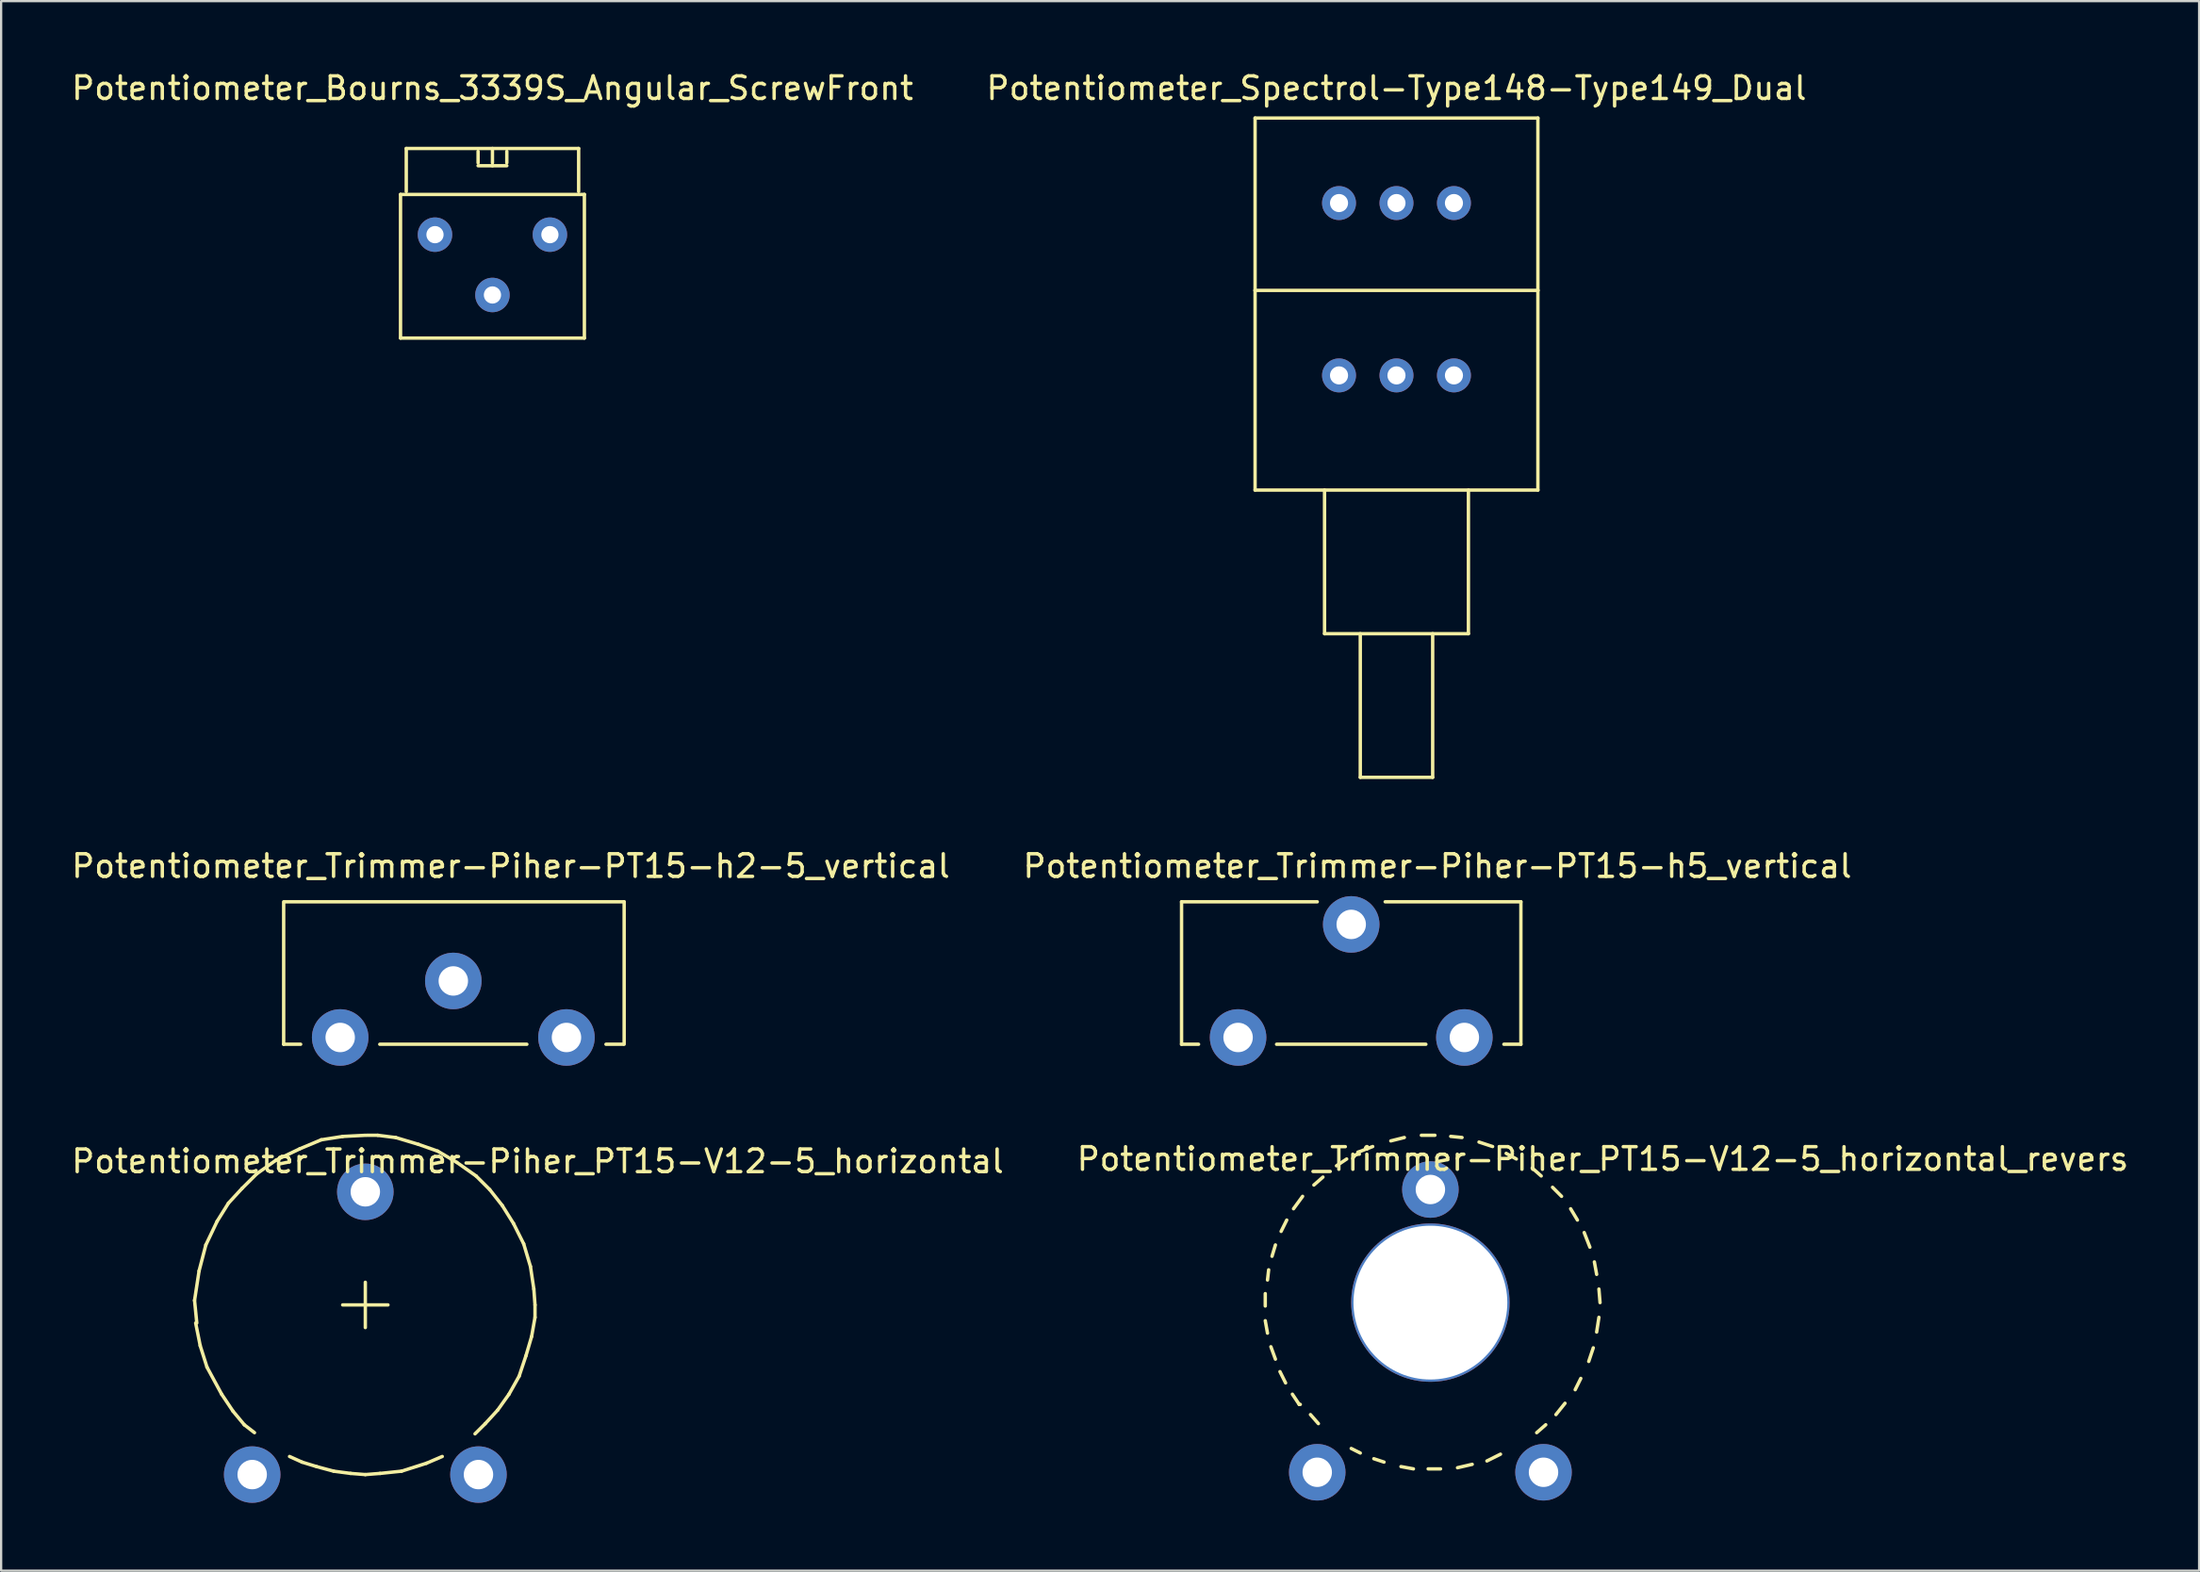
<source format=kicad_pcb>
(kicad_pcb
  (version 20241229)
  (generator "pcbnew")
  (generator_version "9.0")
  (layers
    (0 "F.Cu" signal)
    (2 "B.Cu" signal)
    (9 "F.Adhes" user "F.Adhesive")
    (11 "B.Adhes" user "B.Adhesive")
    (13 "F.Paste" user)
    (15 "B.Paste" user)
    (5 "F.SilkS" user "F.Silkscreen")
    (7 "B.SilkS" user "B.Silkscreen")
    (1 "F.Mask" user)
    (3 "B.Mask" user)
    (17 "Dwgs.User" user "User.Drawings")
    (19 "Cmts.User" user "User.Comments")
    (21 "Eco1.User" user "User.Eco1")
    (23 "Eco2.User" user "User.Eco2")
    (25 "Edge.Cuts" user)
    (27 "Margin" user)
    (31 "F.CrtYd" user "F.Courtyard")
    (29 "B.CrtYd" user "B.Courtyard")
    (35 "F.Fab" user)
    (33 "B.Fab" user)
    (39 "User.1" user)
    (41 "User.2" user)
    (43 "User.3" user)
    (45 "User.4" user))
  (footprint "Potentiometer_Bourns_3339S_Angular_ScrewFront"
    (layer "F.Cu")
    (at 21.26 7.325)
    (property "Reference" "Potentiometer_Bourns_3339S_Angular_ScrewFront" (at -2.54 -6.477 0) (layer "F.SilkS") (effects (font (size 1 1) (thickness 0.15))))
    (attr through_hole)
    (fp_line (start -6.604 -1.778) (end -6.604 4.572) (stroke (width 0.15) (type solid)) (layer "F.SilkS"))
    (fp_line (start -6.604 -1.778) (end 1.524 -1.778) (stroke (width 0.15) (type solid)) (layer "F.SilkS"))
    (fp_line (start -6.604 4.572) (end 1.524 4.572) (stroke (width 0.15) (type solid)) (layer "F.SilkS"))
    (fp_line (start -6.35 -3.81) (end -6.35 -1.905) (stroke (width 0.15) (type solid)) (layer "F.SilkS"))
    (fp_line (start -6.35 -3.81) (end 1.27 -3.81) (stroke (width 0.15) (type solid)) (layer "F.SilkS"))
    (fp_line (start -3.175 -3.175) (end -3.175 -3.683) (stroke (width 0.15) (type solid)) (layer "F.SilkS"))
    (fp_line (start -2.54 -3.81) (end -2.54 -3.175) (stroke (width 0.15) (type solid)) (layer "F.SilkS"))
    (fp_line (start -2.54 -3.048) (end -3.175 -3.048) (stroke (width 0.15) (type solid)) (layer "F.SilkS"))
    (fp_line (start -2.54 -3.048) (end -1.905 -3.048) (stroke (width 0.15) (type solid)) (layer "F.SilkS"))
    (fp_line (start -1.905 -3.175) (end -1.905 -3.683) (stroke (width 0.15) (type solid)) (layer "F.SilkS"))
    (fp_line (start 1.27 -3.81) (end 1.27 -1.905) (stroke (width 0.15) (type solid)) (layer "F.SilkS"))
    (fp_line (start 1.524 -1.778) (end 1.524 4.572) (stroke (width 0.15) (type solid)) (layer "F.SilkS"))
    (pad "1" thru_hole circle (at 0 0) (size 1.524 1.524) (drill 0.762) (layers "*.Cu" "*.Mask"))
    (pad "2" thru_hole circle (at -2.54 2.667) (size 1.524 1.524) (drill 0.762) (layers "*.Cu" "*.Mask"))
    (pad "3" thru_hole circle (at -5.08 0) (size 1.524 1.524) (drill 0.762) (layers "*.Cu" "*.Mask")))
  (footprint "Potentiometer_Spectrol-Type148-Type149_Dual"
    (layer "F.Cu")
    (at 56.145 13.548)
    (property "Reference" "Potentiometer_Spectrol-Type148-Type149_Dual" (at 2.54 -12.7 0) (layer "F.SilkS") (effects (font (size 1 1) (thickness 0.15))))
    (attr through_hole)
    (fp_line (start -3.711 -11.379) (end -3.711 -3.759) (stroke (width 0.15) (type solid)) (layer "F.SilkS"))
    (fp_line (start -3.711 -3.759) (end 8.791 -3.759) (stroke (width 0.15) (type solid)) (layer "F.SilkS"))
    (fp_line (start -3.711 5.07) (end -3.711 -3.759) (stroke (width 0.15) (type solid)) (layer "F.SilkS"))
    (fp_line (start -0.64 11.42) (end -0.64 5.07) (stroke (width 0.15) (type solid)) (layer "F.SilkS"))
    (fp_line (start -0.64 11.42) (end 5.72 11.42) (stroke (width 0.15) (type solid)) (layer "F.SilkS"))
    (fp_line (start 0.94 17.77) (end 0.94 11.42) (stroke (width 0.15) (type solid)) (layer "F.SilkS"))
    (fp_line (start 4.14 11.42) (end 4.14 17.77) (stroke (width 0.15) (type solid)) (layer "F.SilkS"))
    (fp_line (start 4.14 17.77) (end 0.94 17.77) (stroke (width 0.15) (type solid)) (layer "F.SilkS"))
    (fp_line (start 5.72 5.07) (end 5.72 11.42) (stroke (width 0.15) (type solid)) (layer "F.SilkS"))
    (fp_line (start 8.791 -11.379) (end -3.711 -11.379) (stroke (width 0.15) (type solid)) (layer "F.SilkS"))
    (fp_line (start 8.791 -3.759) (end 8.791 -11.379) (stroke (width 0.15) (type solid)) (layer "F.SilkS"))
    (fp_line (start 8.791 -3.759) (end 8.791 5.07) (stroke (width 0.15) (type solid)) (layer "F.SilkS"))
    (fp_line (start 8.791 5.07) (end -3.711 5.07) (stroke (width 0.15) (type solid)) (layer "F.SilkS"))
    (pad "11" thru_hole circle (at 0 0) (size 1.501 1.501) (drill 0.8) (layers "*.Cu" "*.Mask"))
    (pad "12" thru_hole circle (at 2.54 0) (size 1.501 1.501) (drill 0.8) (layers "*.Cu" "*.Mask"))
    (pad "13" thru_hole circle (at 5.08 0) (size 1.501 1.501) (drill 0.8) (layers "*.Cu" "*.Mask"))
    (pad "21" thru_hole circle (at 0 -7.62) (size 1.501 1.501) (drill 0.8) (layers "*.Cu" "*.Mask"))
    (pad "22" thru_hole circle (at 2.54 -7.62) (size 1.501 1.501) (drill 0.8) (layers "*.Cu" "*.Mask"))
    (pad "23" thru_hole circle (at 5.08 -7.62) (size 1.501 1.501) (drill 0.8) (layers "*.Cu" "*.Mask")))
  (footprint "Potentiometer_Trimmer-Piher-PT15-h2-5_vertical"
    (layer "F.Cu")
    (at 11.989 42.821)
    (property "Reference" "Potentiometer_Trimmer-Piher-PT15-h2-5_vertical" (at 7.541 -7.579 0) (layer "F.SilkS") (effects (font (size 1 1) (thickness 0.15))))
    (attr through_hole)
    (fp_line (start -2.499 -5.999) (end -2.499 0.3) (stroke (width 0.15) (type solid)) (layer "F.SilkS"))
    (fp_line (start -2.499 0.3) (end -1.748 0.3) (stroke (width 0.15) (type solid)) (layer "F.SilkS"))
    (fp_line (start 1.75 0.3) (end 8.252 0.3) (stroke (width 0.15) (type solid)) (layer "F.SilkS"))
    (fp_line (start 11.75 0.3) (end 12.502 0.3) (stroke (width 0.15) (type solid)) (layer "F.SilkS"))
    (fp_line (start 12.55 -5.999) (end -2.451 -5.999) (stroke (width 0.15) (type solid)) (layer "F.SilkS"))
    (fp_line (start 12.553 0.3) (end 12.553 -5.999) (stroke (width 0.15) (type solid)) (layer "F.SilkS"))
    (pad "1" thru_hole circle (at 0 0) (size 2.499 2.499) (drill 1.3) (layers "*.Cu" "*.Mask"))
    (pad "2" thru_hole circle (at 5.001 -2.499) (size 2.499 2.499) (drill 1.3) (layers "*.Cu" "*.Mask"))
    (pad "3" thru_hole circle (at 10.003 0) (size 2.499 2.499) (drill 1.3) (layers "*.Cu" "*.Mask")))
  (footprint "Potentiometer_Trimmer-Piher-PT15-h5_vertical"
    (layer "F.Cu")
    (at 51.683 42.821)
    (property "Reference" "Potentiometer_Trimmer-Piher-PT15-h5_vertical" (at 8.811 -7.579 0) (layer "F.SilkS") (effects (font (size 1 1) (thickness 0.15))))
    (attr through_hole)
    (fp_line (start -2.499 -5.999) (end -2.499 0.3) (stroke (width 0.15) (type solid)) (layer "F.SilkS"))
    (fp_line (start -2.499 0.3) (end -1.748 0.3) (stroke (width 0.15) (type solid)) (layer "F.SilkS"))
    (fp_line (start 1.702 0.3) (end 8.301 0.3) (stroke (width 0.15) (type solid)) (layer "F.SilkS"))
    (fp_line (start 3.5 -5.999) (end -2.499 -5.999) (stroke (width 0.15) (type solid)) (layer "F.SilkS"))
    (fp_line (start 11.75 0.3) (end 12.502 0.3) (stroke (width 0.15) (type solid)) (layer "F.SilkS"))
    (fp_line (start 12.502 -5.999) (end 6.502 -5.999) (stroke (width 0.15) (type solid)) (layer "F.SilkS"))
    (fp_line (start 12.502 0.3) (end 12.502 -5.999) (stroke (width 0.15) (type solid)) (layer "F.SilkS"))
    (pad "1" thru_hole circle (at 0 0) (size 2.499 2.499) (drill 1.3) (layers "*.Cu" "*.Mask"))
    (pad "2" thru_hole circle (at 5.001 -4.999) (size 2.499 2.499) (drill 1.3) (layers "*.Cu" "*.Mask"))
    (pad "3" thru_hole circle (at 10.003 0) (size 2.499 2.499) (drill 1.3) (layers "*.Cu" "*.Mask")))
  (footprint "Potentiometer_Trimmer-Piher_PT15-V12-5_horizontal_revers"
    (layer "F.Cu")
    (at 65.185 62.045)
    (property "Reference" "Potentiometer_Trimmer-Piher_PT15-V12-5_horizontal_revers" (at 2.619 -13.851 0) (layer "F.SilkS") (effects (font (size 1 1) (thickness 0.15))))
    (attr through_hole)
    (fp_line (start -12.301 -7.899) (end -12.301 -7.351) (stroke (width 0.15) (type solid)) (layer "F.SilkS"))
    (fp_line (start -12.301 -6.701) (end -12.202 -6.152) (stroke (width 0.15) (type solid)) (layer "F.SilkS"))
    (fp_line (start -12.151 -8.951) (end -12.202 -8.501) (stroke (width 0.15) (type solid)) (layer "F.SilkS"))
    (fp_line (start -12.052 -5.55) (end -11.852 -5.001) (stroke (width 0.15) (type solid)) (layer "F.SilkS"))
    (fp_line (start -11.852 -10.051) (end -12.002 -9.55) (stroke (width 0.15) (type solid)) (layer "F.SilkS"))
    (fp_line (start -11.651 -4.45) (end -11.402 -3.95) (stroke (width 0.15) (type solid)) (layer "F.SilkS"))
    (fp_line (start -11.351 -11.151) (end -11.6 -10.65) (stroke (width 0.15) (type solid)) (layer "F.SilkS"))
    (fp_line (start -11.102 -3.452) (end -10.8 -3) (stroke (width 0.15) (type solid)) (layer "F.SilkS"))
    (fp_line (start -10.8 -3) (end -10.752 -3) (stroke (width 0.15) (type solid)) (layer "F.SilkS"))
    (fp_line (start -10.65 -12.2) (end -11.052 -11.651) (stroke (width 0.15) (type solid)) (layer "F.SilkS"))
    (fp_line (start -10.302 -2.55) (end -9.952 -2.151) (stroke (width 0.15) (type solid)) (layer "F.SilkS"))
    (fp_line (start -9.751 -13.051) (end -10.152 -12.7) (stroke (width 0.15) (type solid)) (layer "F.SilkS"))
    (fp_line (start -8.702 -13.851) (end -9.152 -13.551) (stroke (width 0.15) (type solid)) (layer "F.SilkS"))
    (fp_line (start -8.501 -1.052) (end -8.1 -0.851) (stroke (width 0.15) (type solid)) (layer "F.SilkS"))
    (fp_line (start -8.202 -14.15) (end -8.151 -14.15) (stroke (width 0.15) (type solid)) (layer "F.SilkS"))
    (fp_line (start -7.551 -14.402) (end -8.202 -14.15) (stroke (width 0.15) (type solid)) (layer "F.SilkS"))
    (fp_line (start -7.501 -0.599) (end -7.051 -0.45) (stroke (width 0.15) (type solid)) (layer "F.SilkS"))
    (fp_line (start -6.302 -0.251) (end -5.751 -0.15) (stroke (width 0.15) (type solid)) (layer "F.SilkS"))
    (fp_line (start -6.152 -14.801) (end -6.751 -14.651) (stroke (width 0.15) (type solid)) (layer "F.SilkS"))
    (fp_line (start -5.1 -0.15) (end -4.552 -0.15) (stroke (width 0.15) (type solid)) (layer "F.SilkS"))
    (fp_line (start -4.801 -14.9) (end -5.4 -14.9) (stroke (width 0.15) (type solid)) (layer "F.SilkS"))
    (fp_line (start -3.802 -0.201) (end -3.152 -0.351) (stroke (width 0.15) (type solid)) (layer "F.SilkS"))
    (fp_line (start -3.602 -14.801) (end -4.102 -14.851) (stroke (width 0.15) (type solid)) (layer "F.SilkS"))
    (fp_line (start -2.502 -0.5) (end -1.902 -0.8) (stroke (width 0.15) (type solid)) (layer "F.SilkS"))
    (fp_line (start -2.25 -14.402) (end -2.852 -14.6) (stroke (width 0.15) (type solid)) (layer "F.SilkS"))
    (fp_line (start -1.201 -13.851) (end -1.651 -14.1) (stroke (width 0.15) (type solid)) (layer "F.SilkS"))
    (fp_line (start -0.302 -1.75) (end 0.099 -2.101) (stroke (width 0.15) (type solid)) (layer "F.SilkS"))
    (fp_line (start -0.102 -13.101) (end -0.5 -13.452) (stroke (width 0.15) (type solid)) (layer "F.SilkS"))
    (fp_line (start 0.549 -2.55) (end 0.95 -3.051) (stroke (width 0.15) (type solid)) (layer "F.SilkS"))
    (fp_line (start 0.798 -12.2) (end 0.399 -12.601) (stroke (width 0.15) (type solid)) (layer "F.SilkS"))
    (fp_line (start 1.4 -3.65) (end 1.648 -4.15) (stroke (width 0.15) (type solid)) (layer "F.SilkS"))
    (fp_line (start 1.499 -11.151) (end 1.199 -11.651) (stroke (width 0.15) (type solid)) (layer "F.SilkS"))
    (fp_line (start 1.999 -4.9) (end 2.2 -5.502) (stroke (width 0.15) (type solid)) (layer "F.SilkS"))
    (fp_line (start 2.05 -9.952) (end 1.798 -10.599) (stroke (width 0.15) (type solid)) (layer "F.SilkS"))
    (fp_line (start 2.349 -8.75) (end 2.248 -9.301) (stroke (width 0.15) (type solid)) (layer "F.SilkS"))
    (fp_line (start 2.349 -6.2) (end 2.449 -6.85) (stroke (width 0.15) (type solid)) (layer "F.SilkS"))
    (fp_line (start 2.499 -7.501) (end 2.449 -8.1) (stroke (width 0.15) (type solid)) (layer "F.SilkS"))
    (pad "" np_thru_hole circle (at -5.001 -7.501) (size 7 7) (drill 6.8) (layers "*.Cu" "*.Mask"))
    (pad "1" thru_hole circle (at 0 0) (size 2.499 2.499) (drill 1.3) (layers "*.Cu" "*.Mask"))
    (pad "2" thru_hole circle (at -5.001 -12.502) (size 2.499 2.499) (drill 1.3) (layers "*.Cu" "*.Mask"))
    (pad "3" thru_hole circle (at -10.003 0) (size 2.499 2.499) (drill 1.3) (layers "*.Cu" "*.Mask")))
  (footprint "Potentiometer_Trimmer-Piher_PT15-V12-5_horizontal"
    (layer "F.Cu")
    (at 8.099 62.147)
    (property "Reference" "Potentiometer_Trimmer-Piher_PT15-V12-5_horizontal" (at 12.621 -13.851 0) (layer "F.SilkS") (effects (font (size 1 1) (thickness 0.15))))
    (attr through_hole)
    (fp_line (start -2.548 -7.701) (end -2.449 -6.701) (stroke (width 0.15) (type solid)) (layer "F.SilkS"))
    (fp_line (start -2.499 -6.701) (end -2.299 -5.7) (stroke (width 0.15) (type solid)) (layer "F.SilkS"))
    (fp_line (start -2.349 -9.002) (end -2.548 -7.701) (stroke (width 0.15) (type solid)) (layer "F.SilkS"))
    (fp_line (start -2.299 -5.7) (end -1.999 -4.75) (stroke (width 0.15) (type solid)) (layer "F.SilkS"))
    (fp_line (start -2.05 -10.15) (end -2.349 -9.002) (stroke (width 0.15) (type solid)) (layer "F.SilkS"))
    (fp_line (start -1.999 -4.75) (end -1.349 -3.551) (stroke (width 0.15) (type solid)) (layer "F.SilkS"))
    (fp_line (start -1.549 -11.201) (end -2.05 -10.15) (stroke (width 0.15) (type solid)) (layer "F.SilkS"))
    (fp_line (start -1.349 -3.551) (end -0.848 -2.802) (stroke (width 0.15) (type solid)) (layer "F.SilkS"))
    (fp_line (start -1.049 -12.002) (end -1.549 -11.201) (stroke (width 0.15) (type solid)) (layer "F.SilkS"))
    (fp_line (start -0.848 -2.802) (end -0.348 -2.2) (stroke (width 0.15) (type solid)) (layer "F.SilkS"))
    (fp_line (start -0.45 -12.652) (end -1.049 -12.002) (stroke (width 0.15) (type solid)) (layer "F.SilkS"))
    (fp_line (start -0.348 -2.2) (end 0.102 -1.852) (stroke (width 0.15) (type solid)) (layer "F.SilkS"))
    (fp_line (start 0.201 -13.299) (end -0.45 -12.652) (stroke (width 0.15) (type solid)) (layer "F.SilkS"))
    (fp_line (start 1.052 -13.901) (end 0.201 -13.299) (stroke (width 0.15) (type solid)) (layer "F.SilkS"))
    (fp_line (start 1.651 -0.8) (end 2.202 -0.551) (stroke (width 0.15) (type solid)) (layer "F.SilkS"))
    (fp_line (start 2.101 -14.402) (end 1.052 -13.901) (stroke (width 0.15) (type solid)) (layer "F.SilkS"))
    (fp_line (start 2.202 -0.551) (end 2.852 -0.351) (stroke (width 0.15) (type solid)) (layer "F.SilkS"))
    (fp_line (start 2.852 -0.351) (end 3.602 -0.15) (stroke (width 0.15) (type solid)) (layer "F.SilkS"))
    (fp_line (start 3.051 -14.801) (end 2.101 -14.402) (stroke (width 0.15) (type solid)) (layer "F.SilkS"))
    (fp_line (start 3.602 -0.15) (end 4.351 -0.051) (stroke (width 0.15) (type solid)) (layer "F.SilkS"))
    (fp_line (start 4 -14.95) (end 3.051 -14.801) (stroke (width 0.15) (type solid)) (layer "F.SilkS"))
    (fp_line (start 4 -7.501) (end 6.002 -7.501) (stroke (width 0.15) (type solid)) (layer "F.SilkS"))
    (fp_line (start 4.351 -0.051) (end 5.001 0) (stroke (width 0.15) (type solid)) (layer "F.SilkS"))
    (fp_line (start 5.001 -15.001) (end 4 -14.95) (stroke (width 0.15) (type solid)) (layer "F.SilkS"))
    (fp_line (start 5.001 -8.501) (end 5.001 -6.5) (stroke (width 0.15) (type solid)) (layer "F.SilkS"))
    (fp_line (start 5.001 0) (end 5.652 -0.051) (stroke (width 0.15) (type solid)) (layer "F.SilkS"))
    (fp_line (start 5.552 -15.001) (end 5.052 -15.001) (stroke (width 0.15) (type solid)) (layer "F.SilkS"))
    (fp_line (start 5.652 -0.051) (end 6.601 -0.15) (stroke (width 0.15) (type solid)) (layer "F.SilkS"))
    (fp_line (start 6.35 -14.9) (end 5.552 -15.001) (stroke (width 0.15) (type solid)) (layer "F.SilkS"))
    (fp_line (start 6.601 -0.15) (end 7.701 -0.5) (stroke (width 0.15) (type solid)) (layer "F.SilkS"))
    (fp_line (start 7.351 -14.6) (end 6.35 -14.9) (stroke (width 0.15) (type solid)) (layer "F.SilkS"))
    (fp_line (start 7.701 -0.5) (end 8.402 -0.8) (stroke (width 0.15) (type solid)) (layer "F.SilkS"))
    (fp_line (start 8.202 -14.3) (end 7.351 -14.6) (stroke (width 0.15) (type solid)) (layer "F.SilkS"))
    (fp_line (start 9.05 -13.8) (end 8.202 -14.3) (stroke (width 0.15) (type solid)) (layer "F.SilkS"))
    (fp_line (start 9.85 -1.801) (end 10.302 -2.25) (stroke (width 0.15) (type solid)) (layer "F.SilkS"))
    (fp_line (start 9.901 -13.2) (end 9.05 -13.8) (stroke (width 0.15) (type solid)) (layer "F.SilkS"))
    (fp_line (start 10.302 -2.25) (end 10.851 -2.85) (stroke (width 0.15) (type solid)) (layer "F.SilkS"))
    (fp_line (start 10.5 -12.601) (end 9.901 -13.2) (stroke (width 0.15) (type solid)) (layer "F.SilkS"))
    (fp_line (start 10.851 -2.85) (end 11.351 -3.551) (stroke (width 0.15) (type solid)) (layer "F.SilkS"))
    (fp_line (start 11.052 -11.9) (end 10.5 -12.601) (stroke (width 0.15) (type solid)) (layer "F.SilkS"))
    (fp_line (start 11.351 -3.551) (end 11.801 -4.351) (stroke (width 0.15) (type solid)) (layer "F.SilkS"))
    (fp_line (start 11.552 -11.1) (end 11.052 -11.9) (stroke (width 0.15) (type solid)) (layer "F.SilkS"))
    (fp_line (start 11.801 -4.351) (end 12.101 -5.25) (stroke (width 0.15) (type solid)) (layer "F.SilkS"))
    (fp_line (start 12.002 -10.201) (end 11.552 -11.1) (stroke (width 0.15) (type solid)) (layer "F.SilkS"))
    (fp_line (start 12.101 -5.25) (end 12.352 -6.101) (stroke (width 0.15) (type solid)) (layer "F.SilkS"))
    (fp_line (start 12.301 -9.2) (end 12.002 -10.201) (stroke (width 0.15) (type solid)) (layer "F.SilkS"))
    (fp_line (start 12.352 -6.101) (end 12.502 -6.949) (stroke (width 0.15) (type solid)) (layer "F.SilkS"))
    (fp_line (start 12.451 -8.202) (end 12.301 -9.2) (stroke (width 0.15) (type solid)) (layer "F.SilkS"))
    (fp_line (start 12.502 -7.501) (end 12.451 -8.202) (stroke (width 0.15) (type solid)) (layer "F.SilkS"))
    (fp_line (start 12.502 -6.949) (end 12.502 -7.501) (stroke (width 0.15) (type solid)) (layer "F.SilkS"))
    (pad "1" thru_hole circle (at 0 0) (size 2.499 2.499) (drill 1.3) (layers "*.Cu" "*.Mask"))
    (pad "2" thru_hole circle (at 5.001 -12.502) (size 2.499 2.499) (drill 1.3) (layers "*.Cu" "*.Mask"))
    (pad "3" thru_hole circle (at 10.003 0) (size 2.499 2.499) (drill 1.3) (layers "*.Cu" "*.Mask")))
  (gr_rect
    (start -3 -3)
    (end 94.167 66.396)
    (stroke (width 0.1) (type default))
    (fill no)
    (layer "Edge.Cuts")))
</source>
